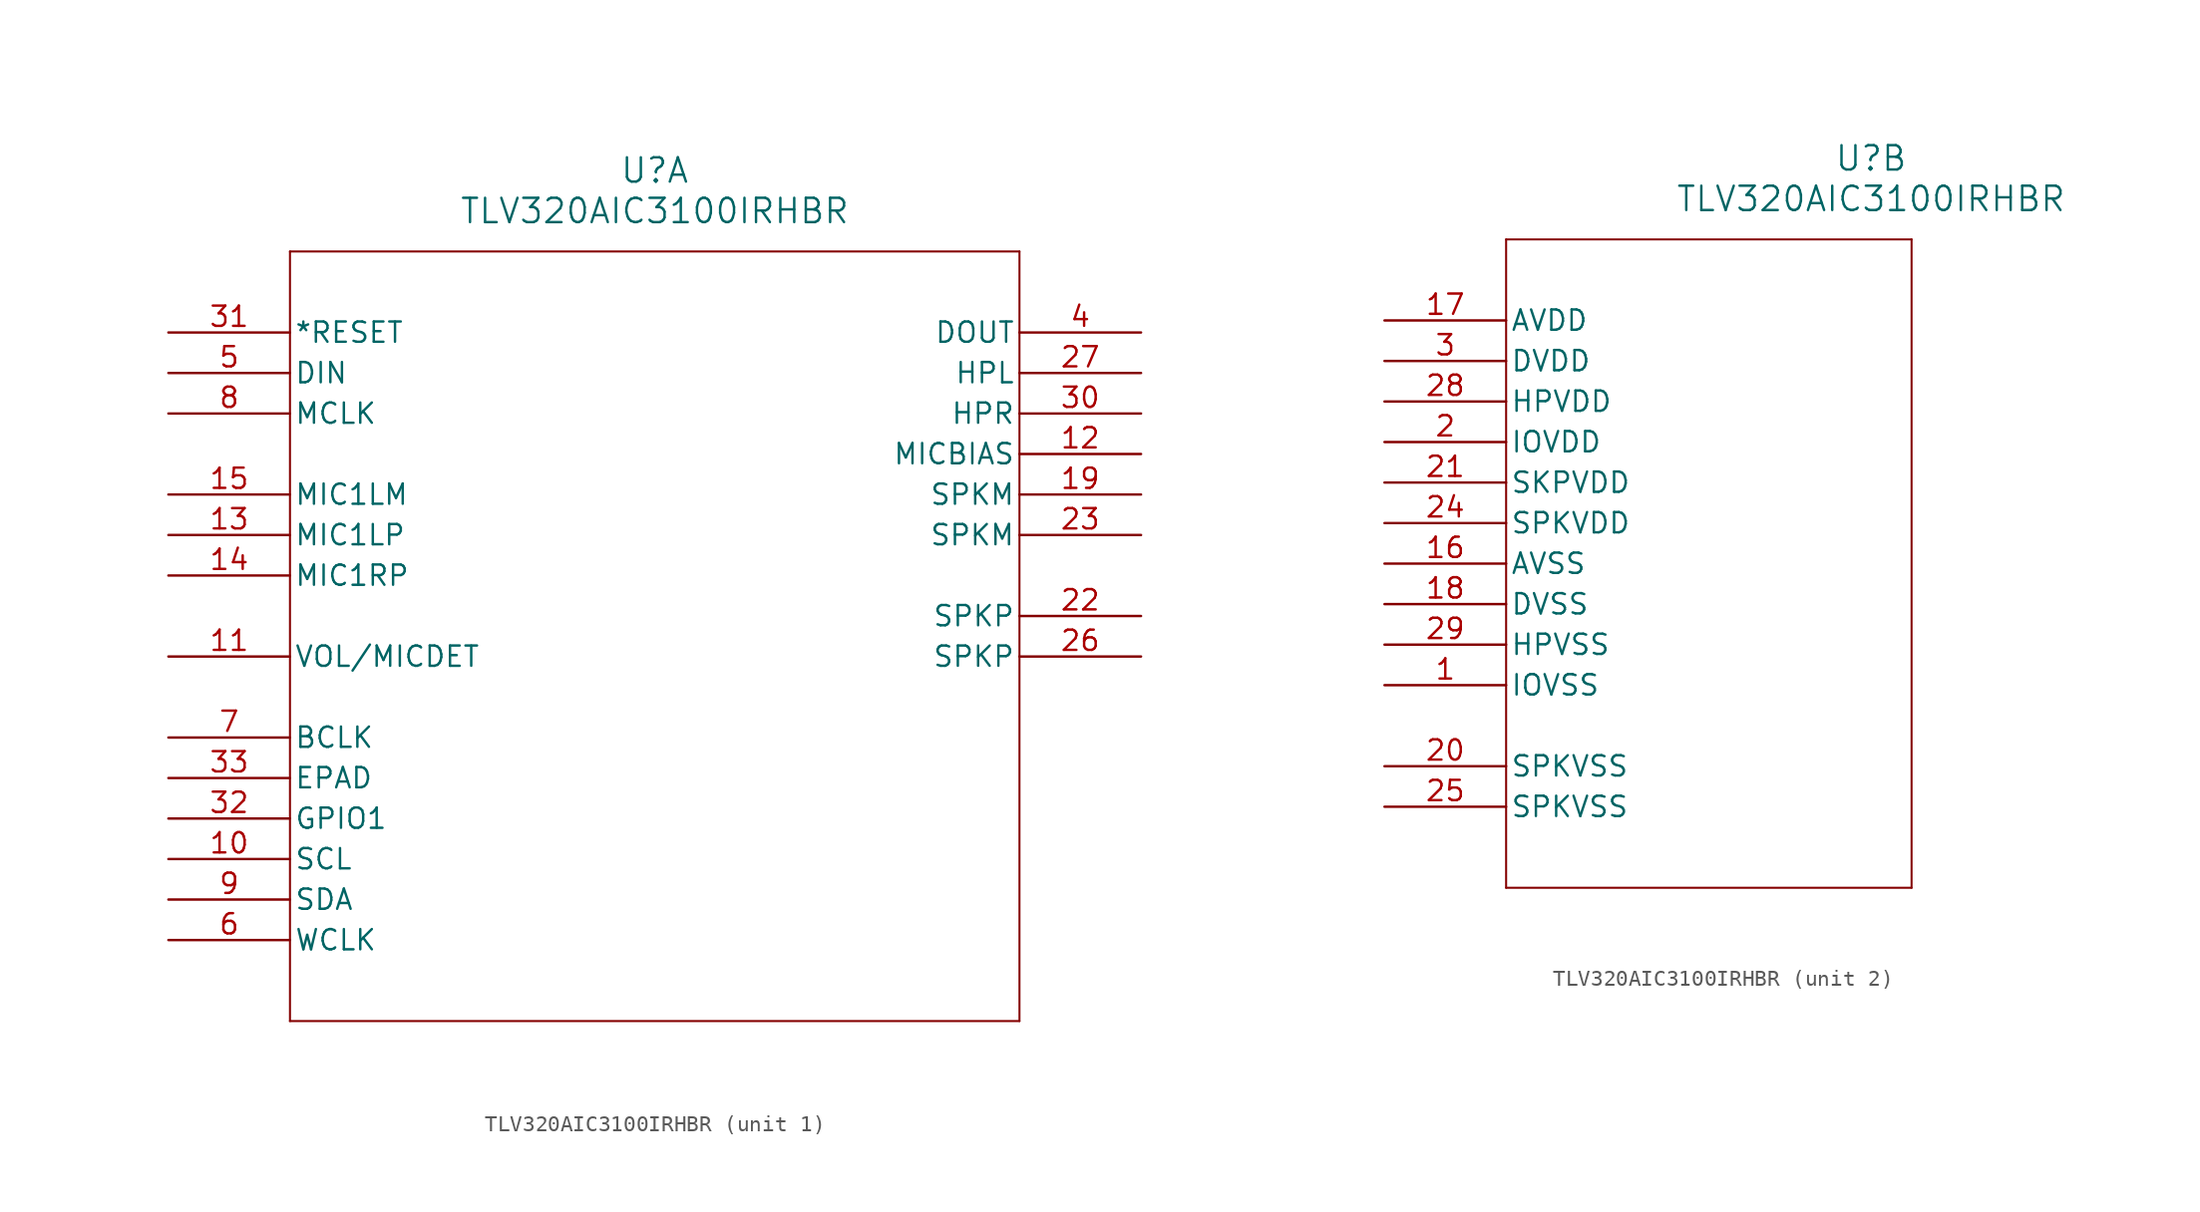
<source format=kicad_sym>
(kicad_symbol_lib
  (version 20211014)
  (generator kicad_symbol_editor)
  (symbol "TLV320AIC3100IRHBR"
    (pin_names
      (offset 0.254))
    (property "Reference" "U"
      (at 30.48 10.16 0)
      (effects (font (size 1.524 1.524))))
    (property "Value" "TLV320AIC3100IRHBR"
      (at 30.48 7.62 0)
      (effects (font (size 1.524 1.524))))
    (symbol "TLV320AIC3100IRHBR_1_1"
      (polyline (pts (xy 7.62 5.08) (xy 7.62 -43.18)) (stroke (width 0.127) (type default) (color 0 0 0 0)) (fill (type none)))
      (polyline (pts (xy 7.62 -43.18) (xy 53.34 -43.18)) (stroke (width 0.127) (type default) (color 0 0 0 0)) (fill (type none)))
      (polyline (pts (xy 53.34 -43.18) (xy 53.34 5.08)) (stroke (width 0.127) (type default) (color 0 0 0 0)) (fill (type none)))
      (polyline (pts (xy 53.34 5.08) (xy 7.62 5.08)) (stroke (width 0.127) (type default) (color 0 0 0 0)) (fill (type none)))
      (pin output line (at 60.96 0 180) (length 7.62) (name "DOUT" (effects (font (size 1.27 1.27)))) (number "4" (effects (font (size 1.27 1.27)))))
      (pin input line (at 0 -2.54 0) (length 7.62) (name "DIN" (effects (font (size 1.27 1.27)))) (number "5" (effects (font (size 1.27 1.27)))))
      (pin bidirectional line (at 0 -38.1 0) (length 7.62) (name "WCLK" (effects (font (size 1.27 1.27)))) (number "6" (effects (font (size 1.27 1.27)))))
      (pin unspecified line (at 0 -25.4 0) (length 7.62) (name "BCLK" (effects (font (size 1.27 1.27)))) (number "7" (effects (font (size 1.27 1.27)))))
      (pin input line (at 0 -5.08 0) (length 7.62) (name "MCLK" (effects (font (size 1.27 1.27)))) (number "8" (effects (font (size 1.27 1.27)))))
      (pin bidirectional line (at 0 -35.56 0) (length 7.62) (name "SDA" (effects (font (size 1.27 1.27)))) (number "9" (effects (font (size 1.27 1.27)))))
      (pin bidirectional line (at 0 -33.02 0) (length 7.62) (name "SCL" (effects (font (size 1.27 1.27)))) (number "10" (effects (font (size 1.27 1.27)))))
      (pin input line (at 0 -20.32 0) (length 7.62) (name "VOL/MICDET" (effects (font (size 1.27 1.27)))) (number "11" (effects (font (size 1.27 1.27)))))
      (pin output line (at 60.96 -7.62 180) (length 7.62) (name "MICBIAS" (effects (font (size 1.27 1.27)))) (number "12" (effects (font (size 1.27 1.27)))))
      (pin input line (at 0 -12.7 0) (length 7.62) (name "MIC1LP" (effects (font (size 1.27 1.27)))) (number "13" (effects (font (size 1.27 1.27)))))
      (pin input line (at 0 -15.24 0) (length 7.62) (name "MIC1RP" (effects (font (size 1.27 1.27)))) (number "14" (effects (font (size 1.27 1.27)))))
      (pin input line (at 0 -10.16 0) (length 7.62) (name "MIC1LM" (effects (font (size 1.27 1.27)))) (number "15" (effects (font (size 1.27 1.27)))))
      (pin output line (at 60.96 -10.16 180) (length 7.62) (name "SPKM" (effects (font (size 1.27 1.27)))) (number "19" (effects (font (size 1.27 1.27)))))
      (pin output line (at 60.96 -17.78 180) (length 7.62) (name "SPKP" (effects (font (size 1.27 1.27)))) (number "22" (effects (font (size 1.27 1.27)))))
      (pin output line (at 60.96 -12.7 180) (length 7.62) (name "SPKM" (effects (font (size 1.27 1.27)))) (number "23" (effects (font (size 1.27 1.27)))))
      (pin output line (at 60.96 -20.32 180) (length 7.62) (name "SPKP" (effects (font (size 1.27 1.27)))) (number "26" (effects (font (size 1.27 1.27)))))
      (pin output line (at 60.96 -2.54 180) (length 7.62) (name "HPL" (effects (font (size 1.27 1.27)))) (number "27" (effects (font (size 1.27 1.27)))))
      (pin output line (at 60.96 -5.08 180) (length 7.62) (name "HPR" (effects (font (size 1.27 1.27)))) (number "30" (effects (font (size 1.27 1.27)))))
      (pin input line (at 0 0 0) (length 7.62) (name "*RESET" (effects (font (size 1.27 1.27)))) (number "31" (effects (font (size 1.27 1.27)))))
      (pin bidirectional line (at 0 -30.48 0) (length 7.62) (name "GPIO1" (effects (font (size 1.27 1.27)))) (number "32" (effects (font (size 1.27 1.27)))))
      (pin unspecified line (at 0 -27.94 0) (length 7.62) (name "EPAD" (effects (font (size 1.27 1.27)))) (number "33" (effects (font (size 1.27 1.27))))))
    (symbol "TLV320AIC3100IRHBR_2_1"
      (polyline (pts (xy 7.62 5.08) (xy 7.62 -35.56)) (stroke (width 0.127) (type default) (color 0 0 0 0)) (fill (type none)))
      (polyline (pts (xy 7.62 -35.56) (xy 33.02 -35.56)) (stroke (width 0.127) (type default) (color 0 0 0 0)) (fill (type none)))
      (polyline (pts (xy 33.02 -35.56) (xy 33.02 5.08)) (stroke (width 0.127) (type default) (color 0 0 0 0)) (fill (type none)))
      (polyline (pts (xy 33.02 5.08) (xy 7.62 5.08)) (stroke (width 0.127) (type default) (color 0 0 0 0)) (fill (type none)))
      (pin power_in line (at 0 -22.86 0) (length 7.62) (name "IOVSS" (effects (font (size 1.27 1.27)))) (number "1" (effects (font (size 1.27 1.27)))))
      (pin power_in line (at 0 -7.62 0) (length 7.62) (name "IOVDD" (effects (font (size 1.27 1.27)))) (number "2" (effects (font (size 1.27 1.27)))))
      (pin power_in line (at 0 -2.54 0) (length 7.62) (name "DVDD" (effects (font (size 1.27 1.27)))) (number "3" (effects (font (size 1.27 1.27)))))
      (pin power_in line (at 0 -15.24 0) (length 7.62) (name "AVSS" (effects (font (size 1.27 1.27)))) (number "16" (effects (font (size 1.27 1.27)))))
      (pin power_in line (at 0 0 0) (length 7.62) (name "AVDD" (effects (font (size 1.27 1.27)))) (number "17" (effects (font (size 1.27 1.27)))))
      (pin power_in line (at 0 -17.78 0) (length 7.62) (name "DVSS" (effects (font (size 1.27 1.27)))) (number "18" (effects (font (size 1.27 1.27)))))
      (pin power_in line (at 0 -27.94 0) (length 7.62) (name "SPKVSS" (effects (font (size 1.27 1.27)))) (number "20" (effects (font (size 1.27 1.27)))))
      (pin power_in line (at 0 -10.16 0) (length 7.62) (name "SKPVDD" (effects (font (size 1.27 1.27)))) (number "21" (effects (font (size 1.27 1.27)))))
      (pin power_in line (at 0 -12.7 0) (length 7.62) (name "SPKVDD" (effects (font (size 1.27 1.27)))) (number "24" (effects (font (size 1.27 1.27)))))
      (pin power_in line (at 0 -30.48 0) (length 7.62) (name "SPKVSS" (effects (font (size 1.27 1.27)))) (number "25" (effects (font (size 1.27 1.27)))))
      (pin power_in line (at 0 -5.08 0) (length 7.62) (name "HPVDD" (effects (font (size 1.27 1.27)))) (number "28" (effects (font (size 1.27 1.27)))))
      (pin power_in line (at 0 -20.32 0) (length 7.62) (name "HPVSS" (effects (font (size 1.27 1.27)))) (number "29" (effects (font (size 1.27 1.27))))))))
</source>
